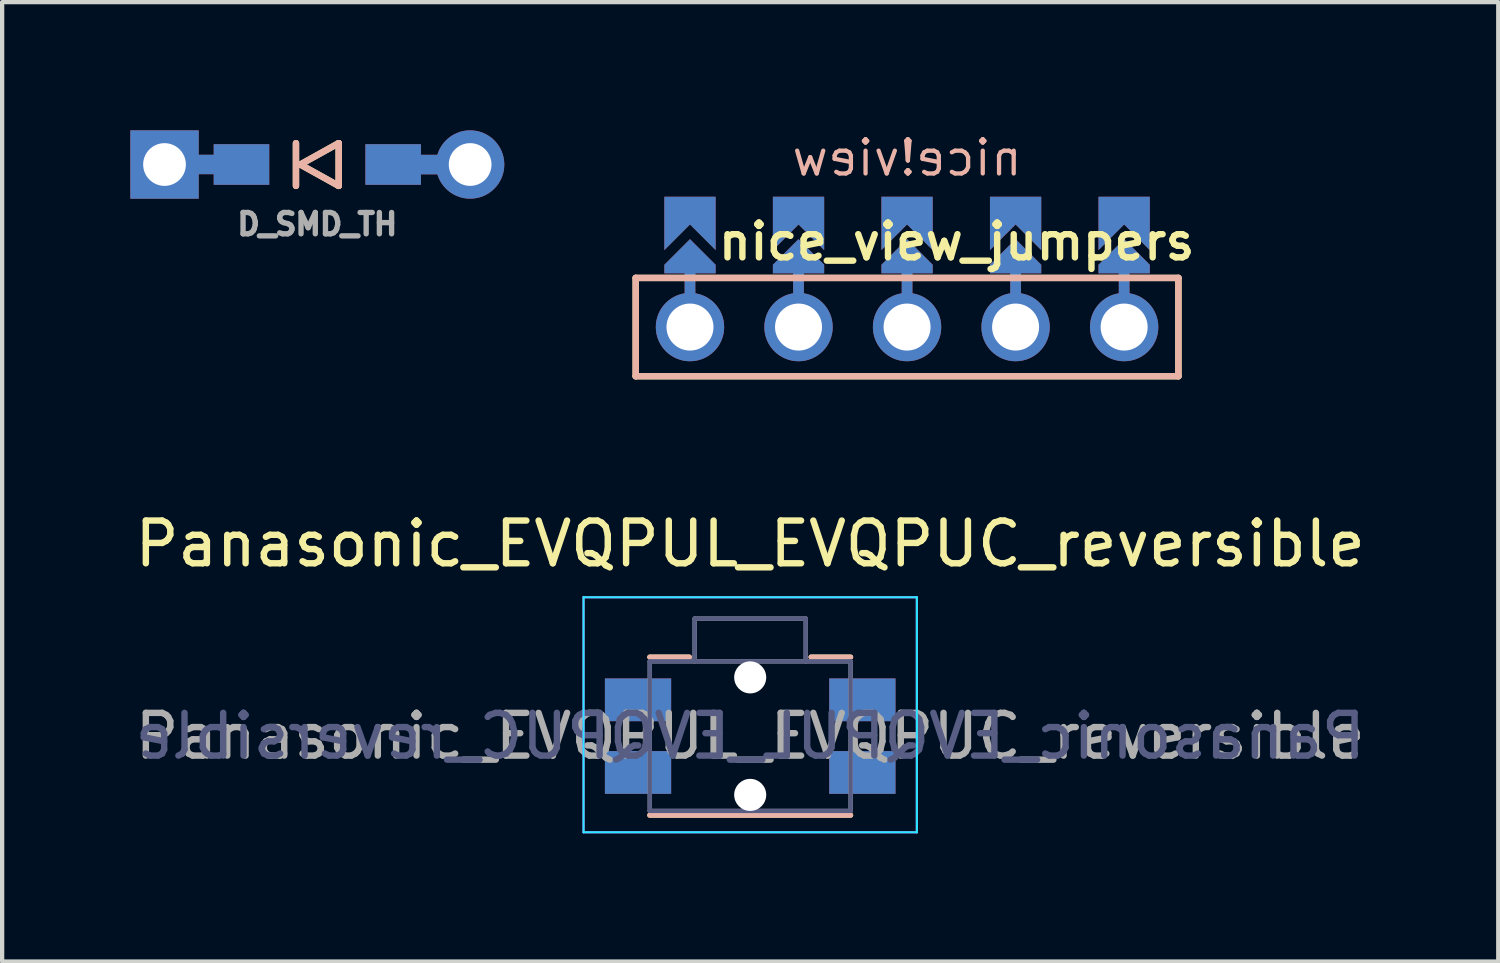
<source format=kicad_pcb>
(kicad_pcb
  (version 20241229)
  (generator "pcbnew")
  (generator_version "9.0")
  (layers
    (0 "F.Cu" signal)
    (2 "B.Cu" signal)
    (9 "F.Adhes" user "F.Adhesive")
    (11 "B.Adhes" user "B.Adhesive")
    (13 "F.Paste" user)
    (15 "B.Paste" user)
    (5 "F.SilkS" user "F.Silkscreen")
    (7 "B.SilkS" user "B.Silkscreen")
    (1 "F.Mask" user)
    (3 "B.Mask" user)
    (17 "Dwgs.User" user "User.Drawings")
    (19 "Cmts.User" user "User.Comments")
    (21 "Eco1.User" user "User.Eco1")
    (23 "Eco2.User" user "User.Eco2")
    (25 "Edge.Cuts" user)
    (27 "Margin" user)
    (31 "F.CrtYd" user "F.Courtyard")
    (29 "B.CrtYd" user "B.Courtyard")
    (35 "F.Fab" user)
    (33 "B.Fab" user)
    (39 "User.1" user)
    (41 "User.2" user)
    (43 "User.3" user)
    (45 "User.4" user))
  (footprint "Panasonic_EVQPUL_EVQPUC_reversible"
    (layer "F.Cu")
    (at 14.506 14.177)
    (property "Reference" "Panasonic_EVQPUL_EVQPUC_reversible" (at 0 -4.5 0) (layer "F.SilkS") (effects (font (size 1 1) (thickness 0.15))))
    (attr smd)
    (fp_line (start -2.45 0.275) (end -2.45 -0.275) (stroke (width 0.12) (type solid)) (layer "F.SilkS"))
    (fp_line (start -1.425 -1.85) (end -2.35 -1.85) (stroke (width 0.12) (type solid)) (layer "F.SilkS"))
    (fp_line (start 2.35 -1.85) (end 1.425 -1.85) (stroke (width 0.12) (type solid)) (layer "F.SilkS"))
    (fp_line (start 2.35 1.85) (end -2.35 1.85) (stroke (width 0.12) (type solid)) (layer "F.SilkS"))
    (fp_line (start 2.45 0.275) (end 2.45 -0.275) (stroke (width 0.12) (type solid)) (layer "F.SilkS"))
    (fp_line (start -2.45 0.275) (end -2.45 -0.275) (stroke (width 0.12) (type solid)) (layer "B.SilkS"))
    (fp_line (start -2.35 -1.85) (end -1.425 -1.85) (stroke (width 0.12) (type solid)) (layer "B.SilkS"))
    (fp_line (start -2.35 1.85) (end 2.35 1.85) (stroke (width 0.12) (type solid)) (layer "B.SilkS"))
    (fp_line (start 1.425 -1.85) (end 2.35 -1.85) (stroke (width 0.12) (type solid)) (layer "B.SilkS"))
    (fp_line (start 2.45 0.275) (end 2.45 -0.275) (stroke (width 0.12) (type solid)) (layer "B.SilkS"))
    (fp_line (start -3.9 -3.25) (end 3.9 -3.25) (stroke (width 0.05) (type solid)) (layer "B.CrtYd"))
    (fp_line (start -3.9 2.25) (end -3.9 -3.25) (stroke (width 0.05) (type solid)) (layer "B.CrtYd"))
    (fp_line (start -3.9 2.25) (end 3.9 2.25) (stroke (width 0.05) (type solid)) (layer "B.CrtYd"))
    (fp_line (start 3.9 2.25) (end 3.9 -3.25) (stroke (width 0.05) (type solid)) (layer "B.CrtYd"))
    (fp_line (start -3.9 2.25) (end -3.9 -3.25) (stroke (width 0.05) (type solid)) (layer "F.CrtYd"))
    (fp_line (start 3.9 -3.25) (end -3.9 -3.25) (stroke (width 0.05) (type solid)) (layer "F.CrtYd"))
    (fp_line (start 3.9 2.25) (end -3.9 2.25) (stroke (width 0.05) (type solid)) (layer "F.CrtYd"))
    (fp_line (start 3.9 2.25) (end 3.9 -3.25) (stroke (width 0.05) (type solid)) (layer "F.CrtYd"))
    (fp_line (start -2.35 -1.75) (end 2.35 -1.75) (stroke (width 0.1) (type solid)) (layer "B.Fab"))
    (fp_line (start -2.35 1.75) (end -2.35 -1.75) (stroke (width 0.1) (type solid)) (layer "B.Fab"))
    (fp_line (start -2.35 1.75) (end 2.35 1.75) (stroke (width 0.1) (type solid)) (layer "B.Fab"))
    (fp_line (start -1.3 -2.75) (end -1.3 -1.75) (stroke (width 0.1) (type solid)) (layer "B.Fab"))
    (fp_line (start -1.3 -2.75) (end 1.3 -2.75) (stroke (width 0.1) (type solid)) (layer "B.Fab"))
    (fp_line (start 1.3 -2.75) (end 1.3 -1.75) (stroke (width 0.1) (type solid)) (layer "B.Fab"))
    (fp_line (start 2.35 1.75) (end 2.35 -1.75) (stroke (width 0.1) (type solid)) (layer "B.Fab"))
    (fp_line (start -2.35 1.75) (end -2.35 -1.75) (stroke (width 0.1) (type solid)) (layer "F.Fab"))
    (fp_line (start -1.3 -2.75) (end -1.3 -1.75) (stroke (width 0.1) (type solid)) (layer "F.Fab"))
    (fp_line (start 1.3 -2.75) (end -1.3 -2.75) (stroke (width 0.1) (type solid)) (layer "F.Fab"))
    (fp_line (start 1.3 -2.75) (end 1.3 -1.75) (stroke (width 0.1) (type solid)) (layer "F.Fab"))
    (fp_line (start 2.35 -1.75) (end -2.35 -1.75) (stroke (width 0.1) (type solid)) (layer "F.Fab"))
    (fp_line (start 2.35 1.75) (end -2.35 1.75) (stroke (width 0.1) (type solid)) (layer "F.Fab"))
    (fp_line (start 2.35 1.75) (end 2.35 -1.75) (stroke (width 0.1) (type solid)) (layer "F.Fab"))
    (fp_text user "${REFERENCE}" (at 0 0 0) (layer "B.Fab") (effects (font (size 1 1) (thickness 0.15)) (justify mirror)))
    (fp_text user "${REFERENCE}" (at 0 0 0) (layer "F.Fab") (effects (font (size 1 1) (thickness 0.15))))
    (pad "" np_thru_hole circle (at 0 -1.375 180) (size 0.75 0.75) (drill 0.75) (layers "*.Cu" "*.Mask"))
    (pad "" np_thru_hole circle (at 0 1.375 180) (size 0.75 0.75) (drill 0.75) (layers "*.Cu" "*.Mask"))
    (pad "1" smd rect (at -2.625 -0.85 180) (size 1.55 1) (layers "F.Cu" "F.Mask" "F.Paste"))
    (pad "1" smd rect (at -2.625 -0.85 180) (size 1.55 1) (layers "B.Cu" "B.Mask" "B.Paste"))
    (pad "1" smd rect (at 2.625 -0.85 180) (size 1.55 1) (layers "F.Cu" "F.Mask" "F.Paste"))
    (pad "1" smd rect (at 2.625 -0.85 180) (size 1.55 1) (layers "B.Cu" "B.Mask" "B.Paste"))
    (pad "2" smd rect (at -2.625 0.85 180) (size 1.55 1) (layers "F.Cu" "F.Mask" "F.Paste"))
    (pad "2" smd rect (at -2.625 0.85 180) (size 1.55 1) (layers "B.Cu" "B.Mask" "B.Paste"))
    (pad "2" smd rect (at 2.625 0.85 180) (size 1.55 1) (layers "F.Cu" "F.Mask" "F.Paste"))
    (pad "2" smd rect (at 2.625 0.85 180) (size 1.55 1) (layers "B.Cu" "B.Mask" "B.Paste")))
  (footprint "nice_view_jumpers"
    (layer "F.Cu")
    (at 18.177 4.604)
    (property "Reference" "nice_view_jumpers" (at 1.16 -2 0) (layer "F.SilkS") (effects (font (size 0.813 0.813) (thickness 0.15))))
    (attr through_hole)
    (fp_poly (pts (xy -5.588 -2.42) (xy -4.572 -2.42) (xy -4.572 -1.404) (xy -5.588 -1.404)) (stroke (width 0.1) (type solid)) (fill yes) (layer "F.Mask"))
    (fp_poly (pts (xy -3.048 -2.42) (xy -2.032 -2.42) (xy -2.032 -1.404) (xy -3.048 -1.404)) (stroke (width 0.1) (type solid)) (fill yes) (layer "F.Mask"))
    (fp_poly (pts (xy -0.508 -2.42) (xy 0.508 -2.42) (xy 0.508 -1.404) (xy -0.508 -1.404)) (stroke (width 0.1) (type solid)) (fill yes) (layer "F.Mask"))
    (fp_poly (pts (xy 2.032 -2.42) (xy 3.048 -2.42) (xy 3.048 -1.404) (xy 2.032 -1.404)) (stroke (width 0.1) (type solid)) (fill yes) (layer "F.Mask"))
    (fp_poly (pts (xy 4.572 -2.42) (xy 5.588 -2.42) (xy 5.588 -1.404) (xy 4.572 -1.404)) (stroke (width 0.1) (type solid)) (fill yes) (layer "F.Mask"))
    (fp_poly (pts (xy -5.588 -2.42) (xy -4.572 -2.42) (xy -4.572 -1.404) (xy -5.588 -1.404)) (stroke (width 0.1) (type solid)) (fill yes) (layer "B.Mask"))
    (fp_poly (pts (xy -3.048 -2.42) (xy -2.032 -2.42) (xy -2.032 -1.404) (xy -3.048 -1.404)) (stroke (width 0.1) (type solid)) (fill yes) (layer "B.Mask"))
    (fp_poly (pts (xy -0.508 -2.42) (xy 0.508 -2.42) (xy 0.508 -1.404) (xy -0.508 -1.404)) (stroke (width 0.1) (type solid)) (fill yes) (layer "B.Mask"))
    (fp_poly (pts (xy 2.032 -2.42) (xy 3.048 -2.42) (xy 3.048 -1.404) (xy 2.032 -1.404)) (stroke (width 0.1) (type solid)) (fill yes) (layer "B.Mask"))
    (fp_poly (pts (xy 4.572 -2.42) (xy 5.588 -2.42) (xy 5.588 -1.404) (xy 4.572 -1.404)) (stroke (width 0.1) (type solid)) (fill yes) (layer "B.Mask"))
    (fp_line (start -6.35 -1.15) (end 6.35 -1.15) (stroke (width 0.15) (type solid)) (layer "F.SilkS"))
    (fp_line (start -6.35 1.15) (end -6.35 -1.15) (stroke (width 0.15) (type solid)) (layer "F.SilkS"))
    (fp_line (start -6.35 1.15) (end 6.35 1.15) (stroke (width 0.15) (type solid)) (layer "F.SilkS"))
    (fp_line (start 6.35 -1.15) (end 6.35 1.15) (stroke (width 0.15) (type solid)) (layer "F.SilkS"))
    (fp_line (start -6.35 -1.15) (end 6.35 -1.15) (stroke (width 0.15) (type solid)) (layer "B.SilkS"))
    (fp_line (start -6.35 1.15) (end -6.35 -1.15) (stroke (width 0.15) (type solid)) (layer "B.SilkS"))
    (fp_line (start 6.35 -1.15) (end 6.35 1.15) (stroke (width 0.15) (type solid)) (layer "B.SilkS"))
    (fp_line (start 6.35 1.15) (end -6.35 1.15) (stroke (width 0.15) (type solid)) (layer "B.SilkS"))
    (fp_text user "nice!view" (at 0 -3.96 0) (unlocked yes) (layer "B.SilkS") (effects (font (size 0.8 0.8) (thickness 0.1)) (justify mirror)))
    (pad "" smd custom (at -5.08 -1.658 180) (size 0.1 0.1) (layers "F.Cu" "F.Mask") (options (anchor rect)) (primitives (gr_poly (pts (xy 0.6 -0.2) (xy 0 0.4) (xy -0.6 -0.2) (xy -0.6 -0.4) (xy 0.6 -0.4)) (width 0) (fill yes))))
    (pad "" smd custom (at -5.08 -1.658 180) (size 0.1 0.1) (layers "B.Cu" "B.Mask") (options (anchor rect)) (primitives (gr_poly (pts (xy 0.6 -0.2) (xy 0 0.4) (xy -0.6 -0.2) (xy -0.6 -0.4) (xy 0.6 -0.4)) (width 0) (fill yes))))
    (pad "" smd custom (at -5.08 -1.15 180) (size 0.25 1) (layers "F.Cu") (options (anchor rect)) (primitives))
    (pad "" smd custom (at -5.08 -1.15 180) (size 0.25 1) (layers "B.Cu") (options (anchor rect)) (primitives))
    (pad "" thru_hole circle (at -5.08 0) (size 1.6 1.6) (drill 1.1) (layers "*.Cu" "*.Mask"))
    (pad "" smd custom (at -2.54 -1.658 180) (size 0.1 0.1) (layers "F.Cu" "F.Mask") (options (anchor rect)) (primitives (gr_poly (pts (xy 0.6 -0.2) (xy 0 0.4) (xy -0.6 -0.2) (xy -0.6 -0.4) (xy 0.6 -0.4)) (width 0) (fill yes))))
    (pad "" smd custom (at -2.54 -1.658 180) (size 0.1 0.1) (layers "B.Cu" "B.Mask") (options (anchor rect)) (primitives (gr_poly (pts (xy 0.6 -0.2) (xy 0 0.4) (xy -0.6 -0.2) (xy -0.6 -0.4) (xy 0.6 -0.4)) (width 0) (fill yes))))
    (pad "" smd custom (at -2.54 -1.15 180) (size 0.25 1) (layers "F.Cu") (options (anchor rect)) (primitives))
    (pad "" smd custom (at -2.54 -1.15 180) (size 0.25 1) (layers "B.Cu") (options (anchor rect)) (primitives))
    (pad "" thru_hole circle (at -2.54 0) (size 1.6 1.6) (drill 1.1) (layers "*.Cu" "*.Mask"))
    (pad "" smd custom (at 0 -1.658 180) (size 0.1 0.1) (layers "F.Cu" "F.Mask") (options (anchor rect)) (primitives (gr_poly (pts (xy 0.6 -0.2) (xy 0 0.4) (xy -0.6 -0.2) (xy -0.6 -0.4) (xy 0.6 -0.4)) (width 0) (fill yes))))
    (pad "" smd custom (at 0 -1.658 180) (size 0.1 0.1) (layers "B.Cu" "B.Mask") (options (anchor rect)) (primitives (gr_poly (pts (xy 0.6 -0.2) (xy 0 0.4) (xy -0.6 -0.2) (xy -0.6 -0.4) (xy 0.6 -0.4)) (width 0) (fill yes))))
    (pad "" smd custom (at 0 -1.15 180) (size 0.25 1) (layers "F.Cu") (options (anchor rect)) (primitives))
    (pad "" smd custom (at 0 -1.15 180) (size 0.25 1) (layers "B.Cu") (options (anchor rect)) (primitives))
    (pad "" thru_hole circle (at 0 0) (size 1.6 1.6) (drill 1.1) (layers "*.Cu" "*.Mask"))
    (pad "" smd custom (at 2.54 -1.658 180) (size 0.1 0.1) (layers "F.Cu" "F.Mask") (options (anchor rect)) (primitives (gr_poly (pts (xy 0.6 -0.2) (xy 0 0.4) (xy -0.6 -0.2) (xy -0.6 -0.4) (xy 0.6 -0.4)) (width 0) (fill yes))))
    (pad "" smd custom (at 2.54 -1.658 180) (size 0.1 0.1) (layers "B.Cu" "B.Mask") (options (anchor rect)) (primitives (gr_poly (pts (xy 0.6 -0.2) (xy 0 0.4) (xy -0.6 -0.2) (xy -0.6 -0.4) (xy 0.6 -0.4)) (width 0) (fill yes))))
    (pad "" smd custom (at 2.54 -1.15 180) (size 0.25 1) (layers "F.Cu") (options (anchor rect)) (primitives))
    (pad "" smd custom (at 2.54 -1.15 180) (size 0.25 1) (layers "B.Cu") (options (anchor rect)) (primitives))
    (pad "" thru_hole circle (at 2.54 0) (size 1.6 1.6) (drill 1.1) (layers "*.Cu" "*.Mask"))
    (pad "" smd custom (at 5.08 -1.658 180) (size 0.1 0.1) (layers "F.Cu" "F.Mask") (options (anchor rect)) (primitives (gr_poly (pts (xy 0.6 -0.2) (xy 0 0.4) (xy -0.6 -0.2) (xy -0.6 -0.4) (xy 0.6 -0.4)) (width 0) (fill yes))))
    (pad "" smd custom (at 5.08 -1.658 180) (size 0.1 0.1) (layers "B.Cu" "B.Mask") (options (anchor rect)) (primitives (gr_poly (pts (xy 0.6 -0.2) (xy 0 0.4) (xy -0.6 -0.2) (xy -0.6 -0.4) (xy 0.6 -0.4)) (width 0) (fill yes))))
    (pad "" smd custom (at 5.08 -1.15 180) (size 0.25 1) (layers "F.Cu") (options (anchor rect)) (primitives))
    (pad "" smd custom (at 5.08 -1.15 180) (size 0.25 1) (layers "B.Cu") (options (anchor rect)) (primitives))
    (pad "" thru_hole circle (at 5.08 0) (size 1.6 1.6) (drill 1.1) (layers "*.Cu" "*.Mask"))
    (pad "1" smd custom (at -5.08 -2.8 180) (size 1.2 0.5) (layers "F.Cu" "F.Mask") (options (anchor rect)) (primitives (gr_poly (pts (xy 0.6 0) (xy -0.6 0) (xy -0.6 -1) (xy 0 -0.4) (xy 0.6 -1)) (width 0) (fill yes))))
    (pad "1" smd custom (at 5.08 -2.8 180) (size 1.2 0.5) (layers "B.Cu" "B.Mask") (options (anchor rect)) (primitives (gr_poly (pts (xy 0.6 0) (xy -0.6 0) (xy -0.6 -1) (xy 0 -0.4) (xy 0.6 -1)) (width 0) (fill yes))))
    (pad "2" smd custom (at -2.54 -2.8 180) (size 1.2 0.5) (layers "F.Cu" "F.Mask") (options (anchor rect)) (primitives (gr_poly (pts (xy 0.6 0) (xy -0.6 0) (xy -0.6 -1) (xy 0 -0.4) (xy 0.6 -1)) (width 0) (fill yes))))
    (pad "2" smd custom (at 2.54 -2.8 180) (size 1.2 0.5) (layers "B.Cu" "B.Mask") (options (anchor rect)) (primitives (gr_poly (pts (xy 0.6 0) (xy -0.6 0) (xy -0.6 -1) (xy 0 -0.4) (xy 0.6 -1)) (width 0) (fill yes))))
    (pad "3" smd custom (at 0 -2.8 180) (size 1.2 0.5) (layers "F.Cu" "F.Mask") (options (anchor rect)) (primitives (gr_poly (pts (xy 0.6 0) (xy -0.6 0) (xy -0.6 -1) (xy 0 -0.4) (xy 0.6 -1)) (width 0) (fill yes))))
    (pad "3" smd custom (at 0 -2.8 180) (size 1.2 0.5) (layers "B.Cu" "B.Mask") (options (anchor rect)) (primitives (gr_poly (pts (xy 0.6 0) (xy -0.6 0) (xy -0.6 -1) (xy 0 -0.4) (xy 0.6 -1)) (width 0) (fill yes))))
    (pad "4" smd custom (at -2.54 -2.8 180) (size 1.2 0.5) (layers "B.Cu" "B.Mask") (options (anchor rect)) (primitives (gr_poly (pts (xy 0.6 0) (xy -0.6 0) (xy -0.6 -1) (xy 0 -0.4) (xy 0.6 -1)) (width 0) (fill yes))))
    (pad "4" smd custom (at 2.54 -2.8 180) (size 1.2 0.5) (layers "F.Cu" "F.Mask") (options (anchor rect)) (primitives (gr_poly (pts (xy 0.6 0) (xy -0.6 0) (xy -0.6 -1) (xy 0 -0.4) (xy 0.6 -1)) (width 0) (fill yes))))
    (pad "5" smd custom (at -5.08 -2.8 180) (size 1.2 0.5) (layers "B.Cu" "B.Mask") (options (anchor rect)) (primitives (gr_poly (pts (xy 0.6 0) (xy -0.6 0) (xy -0.6 -1) (xy 0 -0.4) (xy 0.6 -1)) (width 0) (fill yes))))
    (pad "5" smd custom (at 5.08 -2.8 180) (size 1.2 0.5) (layers "F.Cu" "F.Mask") (options (anchor rect)) (primitives (gr_poly (pts (xy 0.6 0) (xy -0.6 0) (xy -0.6 -1) (xy 0 -0.4) (xy 0.6 -1)) (width 0) (fill yes)))))
  (footprint "D_SMD_TH"
    (layer "F.Cu")
    (at 4.376 0.8)
    (property "Reference" "D_SMD_TH" (at 0 1.397 0) (layer "F.Fab") (effects (font (size 0.5 0.5) (thickness 0.125))))
    (fp_poly (pts (xy -2.375 -0.425) (xy -1.175 -0.425) (xy -1.175 0.425) (xy -2.375 0.425)) (stroke (width 0.1) (type solid)) (fill yes) (layer "F.Mask"))
    (fp_poly (pts (xy 1.175 -0.425) (xy 2.375 -0.425) (xy 2.375 0.425) (xy 1.175 0.425)) (stroke (width 0.1) (type solid)) (fill yes) (layer "F.Mask"))
    (fp_poly (pts (xy -2.375 -0.425) (xy -1.175 -0.425) (xy -1.175 0.425) (xy -2.375 0.425)) (stroke (width 0.1) (type solid)) (fill yes) (layer "B.Mask"))
    (fp_poly (pts (xy 1.175 -0.425) (xy 2.375 -0.425) (xy 2.375 0.425) (xy 1.175 0.425)) (stroke (width 0.1) (type solid)) (fill yes) (layer "B.Mask"))
    (fp_line (start -0.5 -0.5) (end -0.5 0.5) (stroke (width 0.15) (type solid)) (layer "F.SilkS"))
    (fp_line (start -0.4 0) (end 0.5 -0.5) (stroke (width 0.15) (type solid)) (layer "F.SilkS"))
    (fp_line (start 0.5 -0.5) (end 0.5 0.5) (stroke (width 0.15) (type solid)) (layer "F.SilkS"))
    (fp_line (start 0.5 0.5) (end -0.4 0) (stroke (width 0.15) (type solid)) (layer "F.SilkS"))
    (fp_line (start -0.5 0.5) (end -0.5 -0.5) (stroke (width 0.15) (type solid)) (layer "B.SilkS"))
    (fp_line (start -0.4 0) (end 0.5 0.5) (stroke (width 0.15) (type solid)) (layer "B.SilkS"))
    (fp_line (start 0.5 -0.5) (end -0.4 0) (stroke (width 0.15) (type solid)) (layer "B.SilkS"))
    (fp_line (start 0.5 0.5) (end 0.5 -0.5) (stroke (width 0.15) (type solid)) (layer "B.SilkS"))
    (pad "1" thru_hole rect (at -3.576 0 180) (size 1.6 1.6) (drill 1) (layers "*.Cu" "*.Mask"))
    (pad "1" smd custom (at -1.775 0) (size 1.3 0.95) (layers "F.Cu") (options (anchor rect)) (primitives (gr_poly (pts (xy -0.52 0.177) (xy -1.093 0.177) (xy -1.093 -0.178) (xy -0.52 -0.178)) (width 0.1) (fill yes))))
    (pad "1" smd custom (at -1.775 0) (size 1.3 0.95) (layers "B.Cu") (options (anchor rect)) (primitives (gr_poly (pts (xy -0.52 0.177) (xy -1.093 0.177) (xy -1.093 -0.179) (xy -0.52 -0.179)) (width 0.1) (fill yes))))
    (pad "2" smd custom (at 1.775 0) (size 1.3 0.95) (layers "F.Cu") (options (anchor rect)) (primitives (gr_poly (pts (xy 1.093 0.179) (xy 0.52 0.179) (xy 0.52 -0.177) (xy 1.093 -0.177)) (width 0.1) (fill yes))))
    (pad "2" smd custom (at 1.775 0) (size 1.3 0.95) (layers "B.Cu") (options (anchor rect)) (primitives (gr_poly (pts (xy 1.093 0.179) (xy 0.52 0.179) (xy 0.52 -0.177) (xy 1.093 -0.177)) (width 0.1) (fill yes))))
    (pad "2" thru_hole circle (at 3.576 0 180) (size 1.6 1.6) (drill 1) (layers "*.Cu" "*.Mask")))
  (gr_rect
    (start -3 -3)
    (end 32.012 19.452)
    (stroke (width 0.1) (type default))
    (fill no)
    (layer "Edge.Cuts")))
</source>
